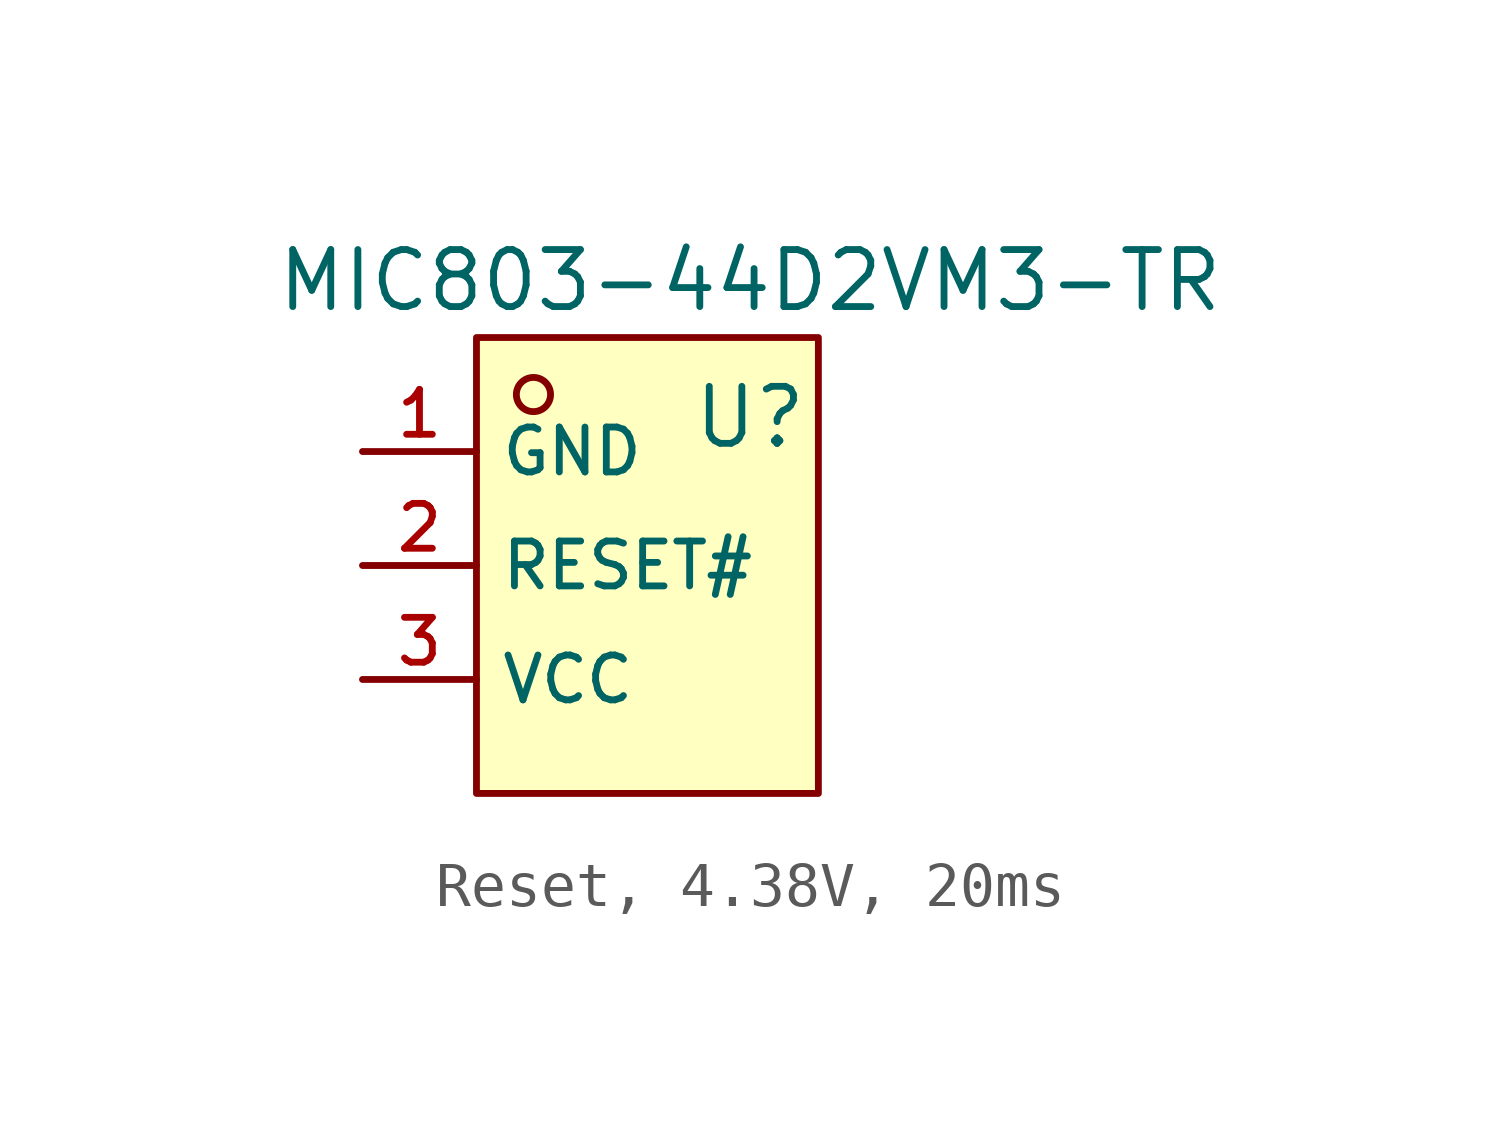
<source format=kicad_sym>
(kicad_symbol_lib
  (version 20231120)
  (generator "CDFER_Archive_Tool")
  (generator_version "0.0")
  (symbol "Reset, 4.38V, 20ms"
    (property "Reference" "U"
      (at 1.016 3.302 0)
      (effects (font (size 1.27 1.27))))
    (property "Value" "MIC803-44D2VM3-TR"
      (at 1.016 6.35 0)
      (effects (font (size 1.27 1.27))))
    (symbol "Reset, 4.38V, 20ms_0_1"
      (rectangle (start -5.08 5.08) (end 2.54 -5.08) (stroke (width 0) (type default)) (fill (type background)))
      (circle (center -3.81 3.81) (radius 0.381) (stroke (width 0) (type default)) (fill (type background)))
      (pin unspecified line (at -7.62 2.54 0) (length 2.54) (name "GND" (effects (font (size 1 1)))) (number "1" (effects (font (size 1 1)))))
      (pin unspecified line (at -7.62 0 0) (length 2.54) (name "RESET#" (effects (font (size 1 1)))) (number "2" (effects (font (size 1 1)))))
      (pin unspecified line (at -7.62 -2.54 0) (length 2.54) (name "VCC" (effects (font (size 1 1)))) (number "3" (effects (font (size 1 1))))))))
</source>
